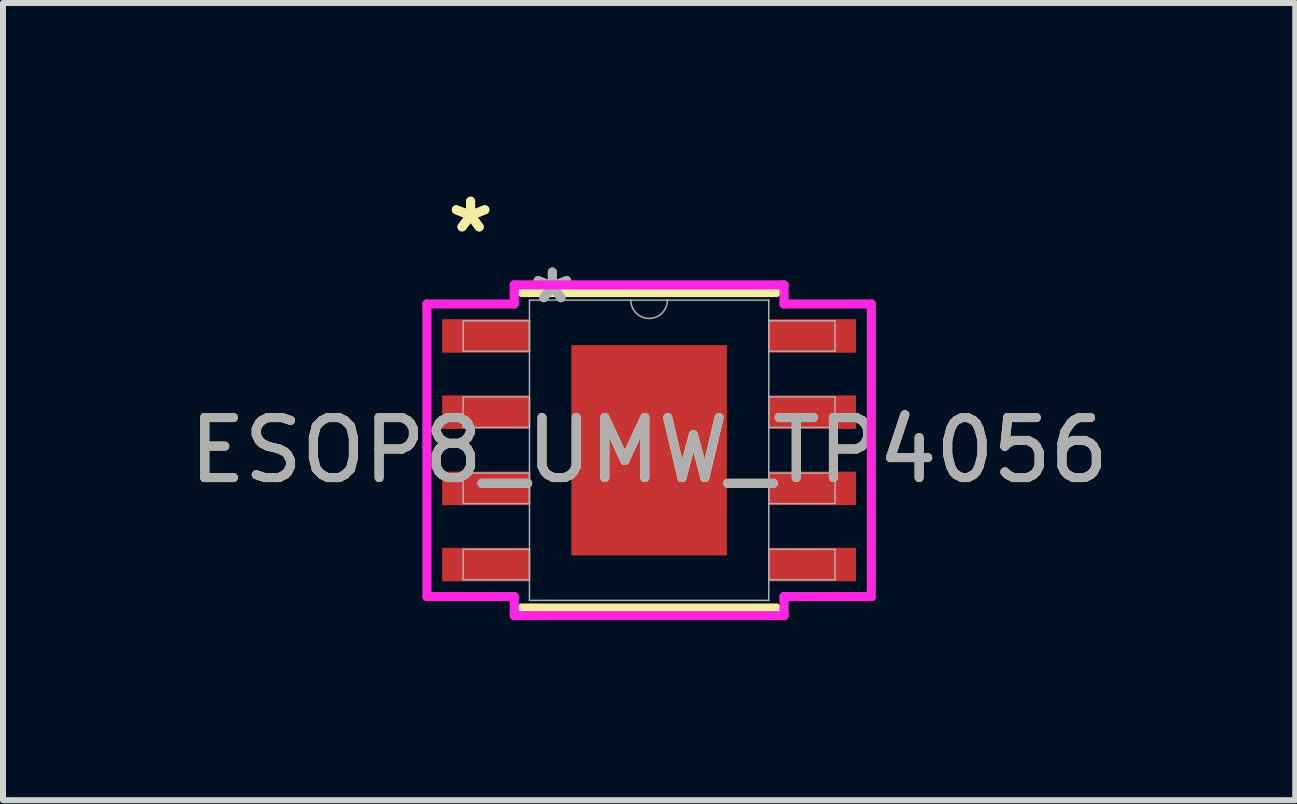
<source format=kicad_pcb>
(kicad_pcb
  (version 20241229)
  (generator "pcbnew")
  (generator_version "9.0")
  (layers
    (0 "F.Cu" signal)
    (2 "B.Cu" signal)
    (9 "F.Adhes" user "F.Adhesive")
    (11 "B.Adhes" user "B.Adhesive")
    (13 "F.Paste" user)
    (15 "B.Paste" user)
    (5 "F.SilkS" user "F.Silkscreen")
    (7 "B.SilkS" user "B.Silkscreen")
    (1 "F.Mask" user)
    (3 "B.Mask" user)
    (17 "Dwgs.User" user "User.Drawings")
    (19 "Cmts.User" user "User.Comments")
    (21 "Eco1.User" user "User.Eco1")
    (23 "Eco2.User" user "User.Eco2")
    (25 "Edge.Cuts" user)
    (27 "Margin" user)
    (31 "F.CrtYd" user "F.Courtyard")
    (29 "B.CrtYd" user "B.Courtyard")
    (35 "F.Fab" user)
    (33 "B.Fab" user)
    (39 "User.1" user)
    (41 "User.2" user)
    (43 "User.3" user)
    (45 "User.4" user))
  (footprint "ESOP8_UMW_TP4056"
    (layer "F.Cu")
    (at 7.768 4.454)
    (property "Reference" "ESOP8_UMW_TP4056" (at 0 0 0) (unlocked yes) (layer "F.SilkS") (effects (font (size 1 1) (thickness 0.15))))
    (attr smd)
    (fp_line (start -2.121 2.629) (end 2.121 2.629) (stroke (width 0.152) (type solid)) (layer "F.SilkS"))
    (fp_line (start 2.121 -2.629) (end -2.121 -2.629) (stroke (width 0.152) (type solid)) (layer "F.SilkS"))
    (fp_poly (pts (xy -1.195 -1.653) (xy -1.195 -0.1) (xy -0.1 -0.1) (xy -0.1 -1.653)) (stroke (width 0) (type solid)) (fill yes) (layer "F.Paste"))
    (fp_poly (pts (xy -1.195 0.1) (xy -1.195 1.653) (xy -0.1 1.653) (xy -0.1 0.1)) (stroke (width 0) (type solid)) (fill yes) (layer "F.Paste"))
    (fp_poly (pts (xy 0.1 -1.653) (xy 0.1 -0.1) (xy 1.195 -0.1) (xy 1.195 -1.653)) (stroke (width 0) (type solid)) (fill yes) (layer "F.Paste"))
    (fp_poly (pts (xy 0.1 0.1) (xy 0.1 1.653) (xy 1.195 1.653) (xy 1.195 0.1)) (stroke (width 0) (type solid)) (fill yes) (layer "F.Paste"))
    (fp_line (start -3.703 -2.438) (end -2.248 -2.438) (stroke (width 0.152) (type solid)) (layer "F.CrtYd"))
    (fp_line (start -3.703 2.438) (end -3.703 -2.438) (stroke (width 0.152) (type solid)) (layer "F.CrtYd"))
    (fp_line (start -3.703 2.438) (end -2.248 2.438) (stroke (width 0.152) (type solid)) (layer "F.CrtYd"))
    (fp_line (start -2.248 -2.756) (end 2.248 -2.756) (stroke (width 0.152) (type solid)) (layer "F.CrtYd"))
    (fp_line (start -2.248 -2.438) (end -2.248 -2.756) (stroke (width 0.152) (type solid)) (layer "F.CrtYd"))
    (fp_line (start -2.248 2.756) (end -2.248 2.438) (stroke (width 0.152) (type solid)) (layer "F.CrtYd"))
    (fp_line (start 2.248 -2.756) (end 2.248 -2.438) (stroke (width 0.152) (type solid)) (layer "F.CrtYd"))
    (fp_line (start 2.248 2.438) (end 2.248 2.756) (stroke (width 0.152) (type solid)) (layer "F.CrtYd"))
    (fp_line (start 2.248 2.756) (end -2.248 2.756) (stroke (width 0.152) (type solid)) (layer "F.CrtYd"))
    (fp_line (start 3.703 -2.438) (end 2.248 -2.438) (stroke (width 0.152) (type solid)) (layer "F.CrtYd"))
    (fp_line (start 3.703 -2.438) (end 3.703 2.438) (stroke (width 0.152) (type solid)) (layer "F.CrtYd"))
    (fp_line (start 3.703 2.438) (end 2.248 2.438) (stroke (width 0.152) (type solid)) (layer "F.CrtYd"))
    (fp_line (start -3.099 -2.159) (end -3.099 -1.651) (stroke (width 0.025) (type solid)) (layer "F.Fab"))
    (fp_line (start -3.099 -1.651) (end -1.994 -1.651) (stroke (width 0.025) (type solid)) (layer "F.Fab"))
    (fp_line (start -3.099 -0.889) (end -3.099 -0.381) (stroke (width 0.025) (type solid)) (layer "F.Fab"))
    (fp_line (start -3.099 -0.381) (end -1.994 -0.381) (stroke (width 0.025) (type solid)) (layer "F.Fab"))
    (fp_line (start -3.099 0.381) (end -3.099 0.889) (stroke (width 0.025) (type solid)) (layer "F.Fab"))
    (fp_line (start -3.099 0.889) (end -1.994 0.889) (stroke (width 0.025) (type solid)) (layer "F.Fab"))
    (fp_line (start -3.099 1.651) (end -3.099 2.159) (stroke (width 0.025) (type solid)) (layer "F.Fab"))
    (fp_line (start -3.099 2.159) (end -1.994 2.159) (stroke (width 0.025) (type solid)) (layer "F.Fab"))
    (fp_line (start -1.994 -2.502) (end -1.994 2.502) (stroke (width 0.025) (type solid)) (layer "F.Fab"))
    (fp_line (start -1.994 -2.159) (end -3.099 -2.159) (stroke (width 0.025) (type solid)) (layer "F.Fab"))
    (fp_line (start -1.994 -1.651) (end -1.994 -2.159) (stroke (width 0.025) (type solid)) (layer "F.Fab"))
    (fp_line (start -1.994 -0.889) (end -3.099 -0.889) (stroke (width 0.025) (type solid)) (layer "F.Fab"))
    (fp_line (start -1.994 -0.381) (end -1.994 -0.889) (stroke (width 0.025) (type solid)) (layer "F.Fab"))
    (fp_line (start -1.994 0.381) (end -3.099 0.381) (stroke (width 0.025) (type solid)) (layer "F.Fab"))
    (fp_line (start -1.994 0.889) (end -1.994 0.381) (stroke (width 0.025) (type solid)) (layer "F.Fab"))
    (fp_line (start -1.994 1.651) (end -3.099 1.651) (stroke (width 0.025) (type solid)) (layer "F.Fab"))
    (fp_line (start -1.994 2.159) (end -1.994 1.651) (stroke (width 0.025) (type solid)) (layer "F.Fab"))
    (fp_line (start -1.994 2.502) (end 1.994 2.502) (stroke (width 0.025) (type solid)) (layer "F.Fab"))
    (fp_line (start 1.994 -2.502) (end -1.994 -2.502) (stroke (width 0.025) (type solid)) (layer "F.Fab"))
    (fp_line (start 1.994 -2.159) (end 1.994 -1.651) (stroke (width 0.025) (type solid)) (layer "F.Fab"))
    (fp_line (start 1.994 -1.651) (end 3.099 -1.651) (stroke (width 0.025) (type solid)) (layer "F.Fab"))
    (fp_line (start 1.994 -0.889) (end 1.994 -0.381) (stroke (width 0.025) (type solid)) (layer "F.Fab"))
    (fp_line (start 1.994 -0.381) (end 3.099 -0.381) (stroke (width 0.025) (type solid)) (layer "F.Fab"))
    (fp_line (start 1.994 0.381) (end 1.994 0.889) (stroke (width 0.025) (type solid)) (layer "F.Fab"))
    (fp_line (start 1.994 0.889) (end 3.099 0.889) (stroke (width 0.025) (type solid)) (layer "F.Fab"))
    (fp_line (start 1.994 1.651) (end 1.994 2.159) (stroke (width 0.025) (type solid)) (layer "F.Fab"))
    (fp_line (start 1.994 2.159) (end 3.099 2.159) (stroke (width 0.025) (type solid)) (layer "F.Fab"))
    (fp_line (start 1.994 2.502) (end 1.994 -2.502) (stroke (width 0.025) (type solid)) (layer "F.Fab"))
    (fp_line (start 3.099 -2.159) (end 1.994 -2.159) (stroke (width 0.025) (type solid)) (layer "F.Fab"))
    (fp_line (start 3.099 -1.651) (end 3.099 -2.159) (stroke (width 0.025) (type solid)) (layer "F.Fab"))
    (fp_line (start 3.099 -0.889) (end 1.994 -0.889) (stroke (width 0.025) (type solid)) (layer "F.Fab"))
    (fp_line (start 3.099 -0.381) (end 3.099 -0.889) (stroke (width 0.025) (type solid)) (layer "F.Fab"))
    (fp_line (start 3.099 0.381) (end 1.994 0.381) (stroke (width 0.025) (type solid)) (layer "F.Fab"))
    (fp_line (start 3.099 0.889) (end 3.099 0.381) (stroke (width 0.025) (type solid)) (layer "F.Fab"))
    (fp_line (start 3.099 1.651) (end 1.994 1.651) (stroke (width 0.025) (type solid)) (layer "F.Fab"))
    (fp_line (start 3.099 2.159) (end 3.099 1.651) (stroke (width 0.025) (type solid)) (layer "F.Fab"))
    (fp_arc (start 0.3048 -2.5019) (mid 0 -2.1971) (end -0.3048 -2.5019) (stroke (width 0.0254) (type solid)) (layer "F.Fab"))
    (fp_text user "*" (at -2.975 -3.606 0) (unlocked yes) (layer "F.SilkS") (effects (font (size 1 1) (thickness 0.15))))
    (fp_text user "*" (at -2.975 -3.606 0) (layer "F.SilkS") (effects (font (size 1 1) (thickness 0.15))))
    (fp_text user "${REFERENCE}" (at 0 0 0) (unlocked yes) (layer "F.Fab") (effects (font (size 1 1) (thickness 0.15))))
    (fp_text user "*" (at -1.613 -2.426 0) (layer "F.Fab") (effects (font (size 1 1) (thickness 0.15))))
    (fp_text user "*" (at -1.613 -2.426 0) (unlocked yes) (layer "F.Fab") (effects (font (size 1 1) (thickness 0.15))))
    (pad "1" smd rect (at -2.721 -1.905) (size 1.455 0.558) (layers "F.Cu" "F.Mask" "F.Paste"))
    (pad "2" smd rect (at -2.721 -0.635) (size 1.455 0.558) (layers "F.Cu" "F.Mask" "F.Paste"))
    (pad "3" smd rect (at -2.721 0.635) (size 1.455 0.558) (layers "F.Cu" "F.Mask" "F.Paste"))
    (pad "4" smd rect (at -2.721 1.905) (size 1.455 0.558) (layers "F.Cu" "F.Mask" "F.Paste"))
    (pad "5" smd rect (at 2.721 1.905) (size 1.455 0.558) (layers "F.Cu" "F.Mask" "F.Paste"))
    (pad "6" smd rect (at 2.721 0.635) (size 1.455 0.558) (layers "F.Cu" "F.Mask" "F.Paste"))
    (pad "7" smd rect (at 2.721 -0.635) (size 1.455 0.558) (layers "F.Cu" "F.Mask" "F.Paste"))
    (pad "8" smd rect (at 2.721 -1.905) (size 1.455 0.558) (layers "F.Cu" "F.Mask" "F.Paste"))
    (pad "9" smd rect (at 0 0) (size 2.591 3.505) (layers "F.Cu" "F.Mask")))
  (gr_rect
    (start -3 -3)
    (end 18.536 10.286)
    (stroke (width 0.1) (type default))
    (fill no)
    (layer "Edge.Cuts")))
</source>
